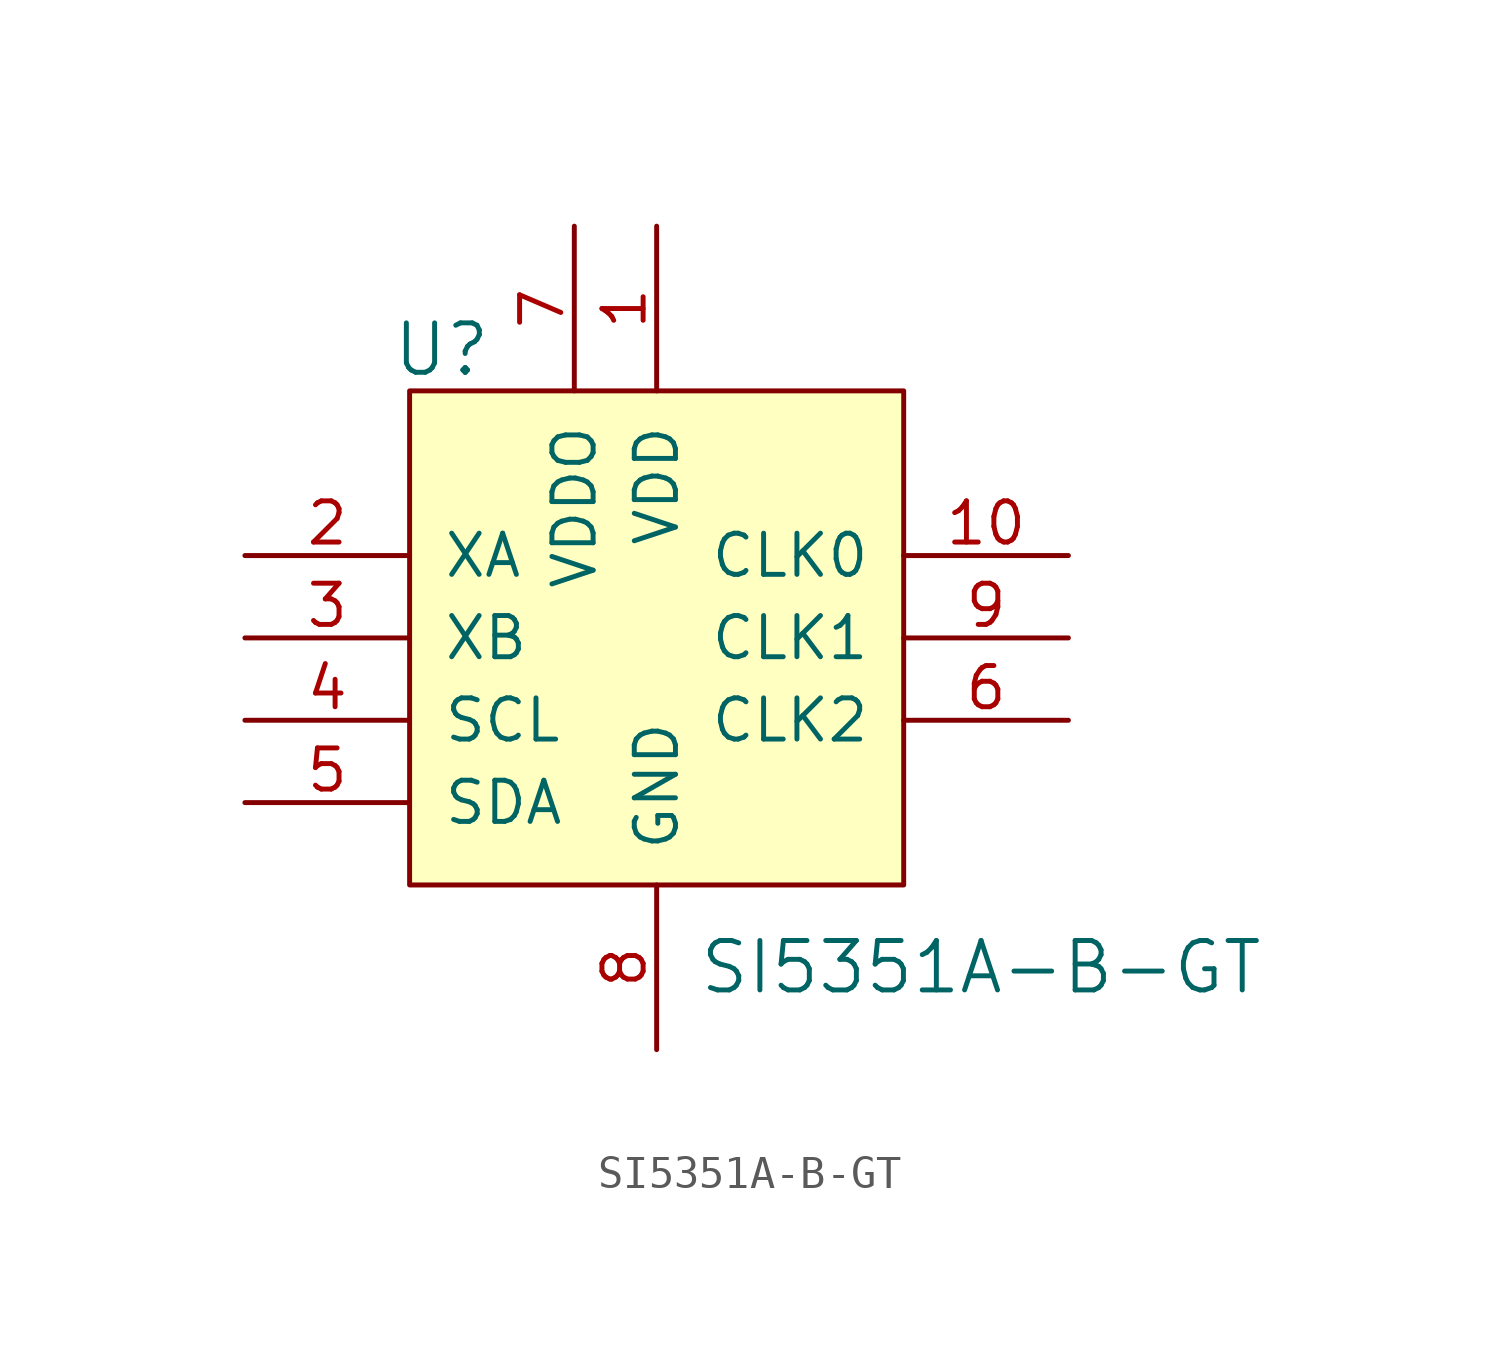
<source format=kicad_sym>
(kicad_symbol_lib
  (version 20231120)
  (generator "kicad_symbol_editor")
  (generator_version "8.0")
  (symbol "SI5351A-B-GT"
    (pin_names
      (offset 1.016))
    (property "Reference" "U"
      (at -5.08 8.89 0)
      (effects (font (size 1.524 1.524)) (justify right)))
    (property "Value" "SI5351A-B-GT"
      (at 1.27 -10.16 0)
      (effects (font (size 1.524 1.524)) (justify left)))
    (symbol "SI5351A-B-GT_0_1"
      (rectangle (start -7.62 7.62) (end 7.62 -7.62) (stroke (width 0) (type default)) (fill (type background))))
    (symbol "SI5351A-B-GT_1_1"
      (pin power_in line (at 0 12.7 270) (length 5.08) (name "VDD" (effects (font (size 1.27 1.27)))) (number "1" (effects (font (size 1.27 1.27)))))
      (pin output line (at 12.7 2.54 180) (length 5.08) (name "CLK0" (effects (font (size 1.27 1.27)))) (number "10" (effects (font (size 1.27 1.27)))))
      (pin input line (at -12.7 2.54 0) (length 5.08) (name "XA" (effects (font (size 1.27 1.27)))) (number "2" (effects (font (size 1.27 1.27)))))
      (pin input line (at -12.7 0 0) (length 5.08) (name "XB" (effects (font (size 1.27 1.27)))) (number "3" (effects (font (size 1.27 1.27)))))
      (pin input line (at -12.7 -2.54 0) (length 5.08) (name "SCL" (effects (font (size 1.27 1.27)))) (number "4" (effects (font (size 1.27 1.27)))))
      (pin bidirectional line (at -12.7 -5.08 0) (length 5.08) (name "SDA" (effects (font (size 1.27 1.27)))) (number "5" (effects (font (size 1.27 1.27)))))
      (pin output line (at 12.7 -2.54 180) (length 5.08) (name "CLK2" (effects (font (size 1.27 1.27)))) (number "6" (effects (font (size 1.27 1.27)))))
      (pin power_in line (at -2.54 12.7 270) (length 5.08) (name "VDDO" (effects (font (size 1.27 1.27)))) (number "7" (effects (font (size 1.27 1.27)))))
      (pin power_in line (at 0 -12.7 90) (length 5.08) (name "GND" (effects (font (size 1.27 1.27)))) (number "8" (effects (font (size 1.27 1.27)))))
      (pin output line (at 12.7 0 180) (length 5.08) (name "CLK1" (effects (font (size 1.27 1.27)))) (number "9" (effects (font (size 1.27 1.27))))))))
</source>
